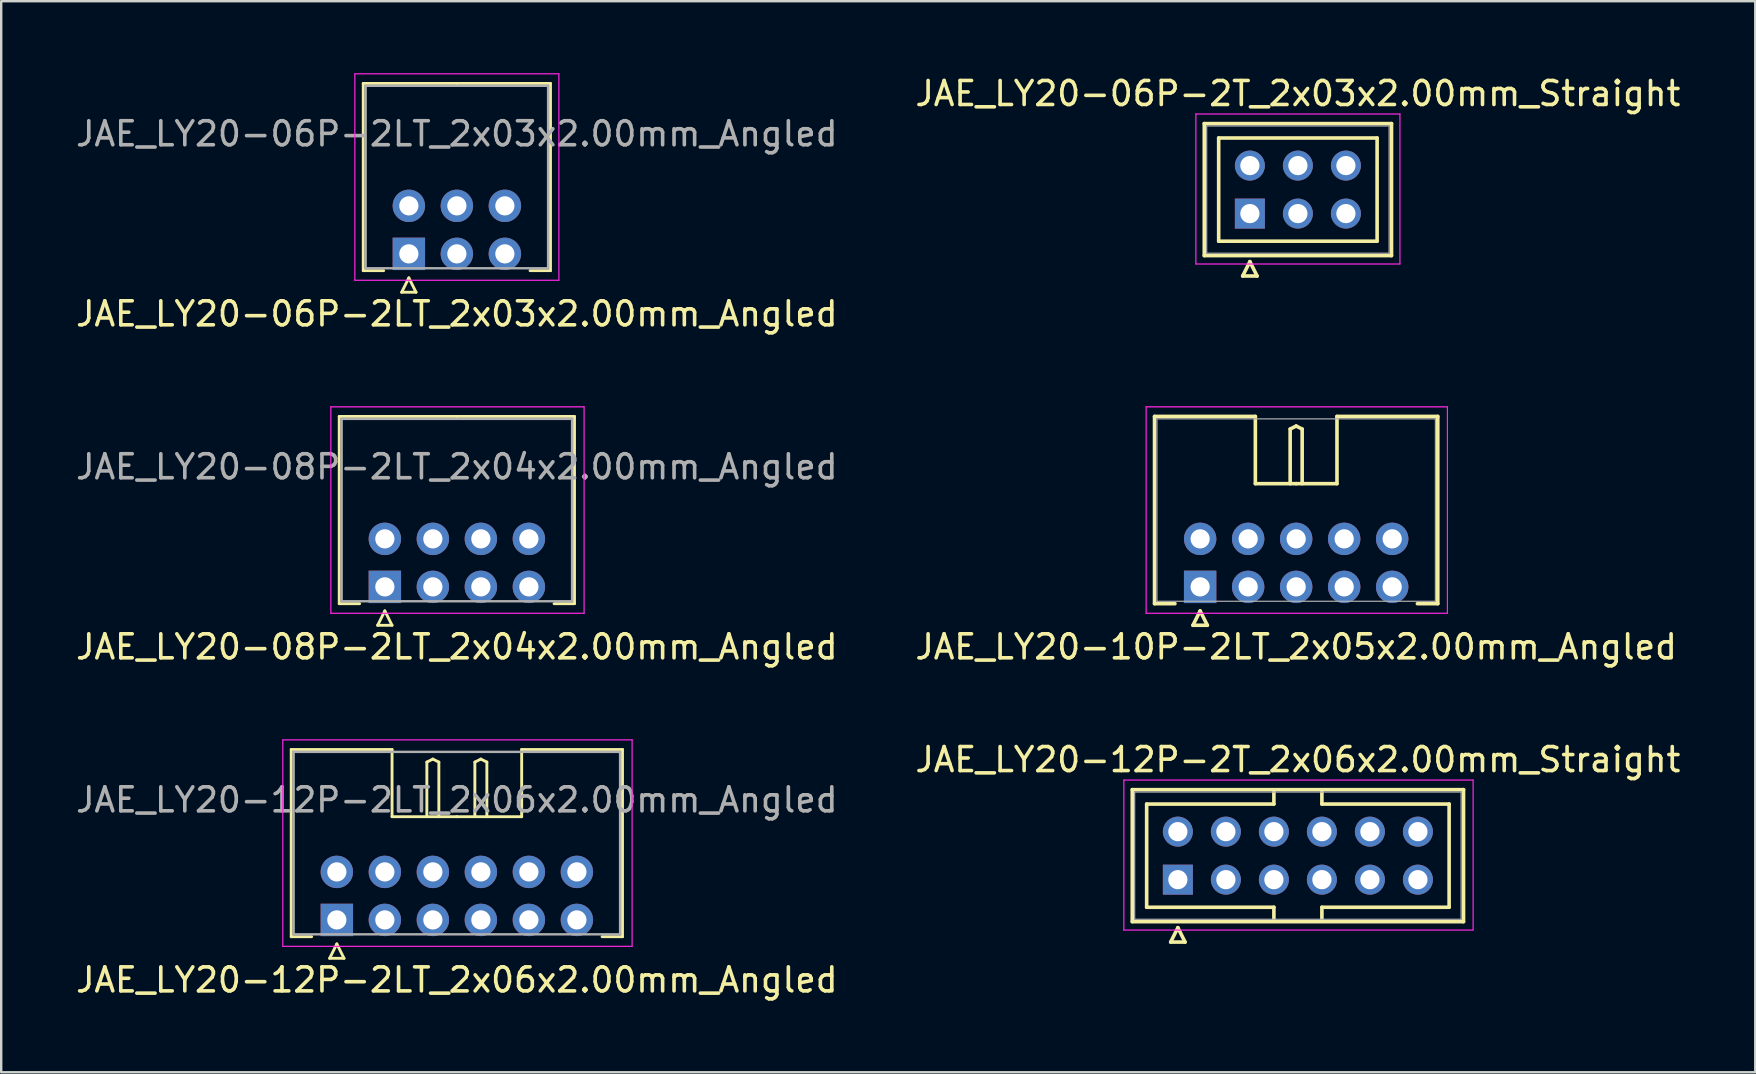
<source format=kicad_pcb>
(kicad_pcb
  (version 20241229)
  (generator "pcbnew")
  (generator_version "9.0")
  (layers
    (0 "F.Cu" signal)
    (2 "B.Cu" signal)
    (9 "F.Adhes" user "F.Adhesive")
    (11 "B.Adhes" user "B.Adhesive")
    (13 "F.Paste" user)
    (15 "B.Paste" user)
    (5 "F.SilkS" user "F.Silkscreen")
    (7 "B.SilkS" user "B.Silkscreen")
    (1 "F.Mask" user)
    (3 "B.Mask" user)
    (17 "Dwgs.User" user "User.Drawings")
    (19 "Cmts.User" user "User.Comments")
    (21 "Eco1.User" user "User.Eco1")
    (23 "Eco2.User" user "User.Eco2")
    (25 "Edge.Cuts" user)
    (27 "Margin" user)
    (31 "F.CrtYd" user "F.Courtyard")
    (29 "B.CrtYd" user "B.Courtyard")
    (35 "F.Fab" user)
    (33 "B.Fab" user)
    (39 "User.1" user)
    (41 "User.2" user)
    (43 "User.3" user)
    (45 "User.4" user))
  (footprint "JAE_LY20-06P-2LT_2x03x2.00mm_Angled"
    (layer "F.Cu")
    (at 13.982 7.525)
    (property "Reference" "JAE_LY20-06P-2LT_2x03x2.00mm_Angled" (at 2 2.5 0) (layer "F.SilkS") (effects (font (size 1 1) (thickness 0.15))))
    (attr through_hole)
    (fp_line (start -1.9 -7.1) (end 2 -7.1) (stroke (width 0.12) (type solid)) (layer "F.SilkS"))
    (fp_line (start -1.9 0.7) (end -1.9 -7.1) (stroke (width 0.12) (type solid)) (layer "F.SilkS"))
    (fp_line (start -1.05 0.7) (end -1.9 0.7) (stroke (width 0.12) (type solid)) (layer "F.SilkS"))
    (fp_line (start -0.3 1.6) (end 0.3 1.6) (stroke (width 0.12) (type solid)) (layer "F.SilkS"))
    (fp_line (start 0 1) (end -0.3 1.6) (stroke (width 0.12) (type solid)) (layer "F.SilkS"))
    (fp_line (start 0.3 1.6) (end 0 1) (stroke (width 0.12) (type solid)) (layer "F.SilkS"))
    (fp_line (start 5.05 0.7) (end 5.9 0.7) (stroke (width 0.12) (type solid)) (layer "F.SilkS"))
    (fp_line (start 5.9 -7.1) (end 2 -7.1) (stroke (width 0.12) (type solid)) (layer "F.SilkS"))
    (fp_line (start 5.9 0.7) (end 5.9 -7.1) (stroke (width 0.12) (type solid)) (layer "F.SilkS"))
    (fp_line (start -2.25 -7.5) (end -2.25 1.1) (stroke (width 0.05) (type solid)) (layer "F.CrtYd"))
    (fp_line (start -2.25 1.1) (end 6.25 1.1) (stroke (width 0.05) (type solid)) (layer "F.CrtYd"))
    (fp_line (start 6.25 -7.5) (end -2.25 -7.5) (stroke (width 0.05) (type solid)) (layer "F.CrtYd"))
    (fp_line (start 6.25 1.1) (end 6.25 -7.5) (stroke (width 0.05) (type solid)) (layer "F.CrtYd"))
    (fp_line (start -1.8 -7) (end -1.8 0.6) (stroke (width 0.1) (type solid)) (layer "F.Fab"))
    (fp_line (start -1.8 0.6) (end 5.8 0.6) (stroke (width 0.1) (type solid)) (layer "F.Fab"))
    (fp_line (start 5.8 -7) (end -1.8 -7) (stroke (width 0.1) (type solid)) (layer "F.Fab"))
    (fp_line (start 5.8 0.6) (end 5.8 -7) (stroke (width 0.1) (type solid)) (layer "F.Fab"))
    (fp_text user "${REFERENCE}" (at 2 -5 0) (layer "F.Fab") (effects (font (size 1 1) (thickness 0.15))))
    (pad "1" thru_hole rect (at 0 0) (size 1.35 1.35) (drill 0.8) (layers "*.Cu" "*.Mask"))
    (pad "2" thru_hole circle (at 2 0) (size 1.35 1.35) (drill 0.8) (layers "*.Cu" "*.Mask"))
    (pad "3" thru_hole circle (at 4 0) (size 1.35 1.35) (drill 0.8) (layers "*.Cu" "*.Mask"))
    (pad "4" thru_hole circle (at 0 -2) (size 1.35 1.35) (drill 0.8) (layers "*.Cu" "*.Mask"))
    (pad "5" thru_hole circle (at 2 -2) (size 1.35 1.35) (drill 0.8) (layers "*.Cu" "*.Mask"))
    (pad "6" thru_hole circle (at 4 -2) (size 1.35 1.35) (drill 0.8) (layers "*.Cu" "*.Mask")))
  (footprint "JAE_LY20-10P-2LT_2x05x2.00mm_Angled"
    (layer "F.Cu")
    (at 46.946 21.398)
    (property "Reference" "JAE_LY20-10P-2LT_2x05x2.00mm_Angled" (at 4 2.5 0) (layer "F.SilkS") (effects (font (size 1 1) (thickness 0.15))))
    (attr through_hole)
    (fp_line (start -1.9 -7.1) (end 2.3 -7.1) (stroke (width 0.15) (type solid)) (layer "F.SilkS"))
    (fp_line (start -1.9 0.7) (end -1.9 -7.1) (stroke (width 0.15) (type solid)) (layer "F.SilkS"))
    (fp_line (start -1.05 0.7) (end -1.9 0.7) (stroke (width 0.15) (type solid)) (layer "F.SilkS"))
    (fp_line (start -0.3 1.6) (end 0.3 1.6) (stroke (width 0.15) (type solid)) (layer "F.SilkS"))
    (fp_line (start 0 1) (end -0.3 1.6) (stroke (width 0.15) (type solid)) (layer "F.SilkS"))
    (fp_line (start 0.3 1.6) (end 0 1) (stroke (width 0.15) (type solid)) (layer "F.SilkS"))
    (fp_line (start 2.3 -7.1) (end 2.3 -4.3) (stroke (width 0.15) (type solid)) (layer "F.SilkS"))
    (fp_line (start 2.3 -4.3) (end 4 -4.3) (stroke (width 0.15) (type solid)) (layer "F.SilkS"))
    (fp_line (start 3.75 -6.575) (end 4 -6.7) (stroke (width 0.15) (type solid)) (layer "F.SilkS"))
    (fp_line (start 3.75 -4.3) (end 3.75 -6.575) (stroke (width 0.15) (type solid)) (layer "F.SilkS"))
    (fp_line (start 4 -6.7) (end 4.25 -6.575) (stroke (width 0.15) (type solid)) (layer "F.SilkS"))
    (fp_line (start 4.25 -6.575) (end 4.25 -4.3) (stroke (width 0.15) (type solid)) (layer "F.SilkS"))
    (fp_line (start 5.7 -7.1) (end 5.7 -4.3) (stroke (width 0.15) (type solid)) (layer "F.SilkS"))
    (fp_line (start 5.7 -4.3) (end 4 -4.3) (stroke (width 0.15) (type solid)) (layer "F.SilkS"))
    (fp_line (start 9.05 0.7) (end 9.9 0.7) (stroke (width 0.15) (type solid)) (layer "F.SilkS"))
    (fp_line (start 9.9 -7.1) (end 5.7 -7.1) (stroke (width 0.15) (type solid)) (layer "F.SilkS"))
    (fp_line (start 9.9 0.7) (end 9.9 -7.1) (stroke (width 0.15) (type solid)) (layer "F.SilkS"))
    (fp_line (start -2.25 -7.5) (end -2.25 1.1) (stroke (width 0.05) (type solid)) (layer "F.CrtYd"))
    (fp_line (start -2.25 1.1) (end 10.3 1.1) (stroke (width 0.05) (type solid)) (layer "F.CrtYd"))
    (fp_line (start 10.3 -7.5) (end -2.25 -7.5) (stroke (width 0.05) (type solid)) (layer "F.CrtYd"))
    (fp_line (start 10.3 1.1) (end 10.3 -7.5) (stroke (width 0.05) (type solid)) (layer "F.CrtYd"))
    (fp_line (start -1.8 -7) (end -1.8 0.6) (stroke (width 0.05) (type solid)) (layer "F.Fab"))
    (fp_line (start -1.8 0.6) (end 9.8 0.6) (stroke (width 0.05) (type solid)) (layer "F.Fab"))
    (fp_line (start 9.8 -7) (end -1.8 -7) (stroke (width 0.05) (type solid)) (layer "F.Fab"))
    (fp_line (start 9.8 0.6) (end 9.8 -7) (stroke (width 0.05) (type solid)) (layer "F.Fab"))
    (pad "1" thru_hole rect (at 0 0) (size 1.35 1.35) (drill 0.8) (layers "*.Cu" "*.Mask"))
    (pad "2" thru_hole circle (at 2 0) (size 1.35 1.35) (drill 0.8) (layers "*.Cu" "*.Mask"))
    (pad "3" thru_hole circle (at 4 0) (size 1.35 1.35) (drill 0.8) (layers "*.Cu" "*.Mask"))
    (pad "4" thru_hole circle (at 6 0) (size 1.35 1.35) (drill 0.8) (layers "*.Cu" "*.Mask"))
    (pad "5" thru_hole circle (at 8 0) (size 1.35 1.35) (drill 0.8) (layers "*.Cu" "*.Mask"))
    (pad "6" thru_hole circle (at 0 -2) (size 1.35 1.35) (drill 0.8) (layers "*.Cu" "*.Mask"))
    (pad "7" thru_hole circle (at 2 -2) (size 1.35 1.35) (drill 0.8) (layers "*.Cu" "*.Mask"))
    (pad "8" thru_hole circle (at 4 -2) (size 1.35 1.35) (drill 0.8) (layers "*.Cu" "*.Mask"))
    (pad "9" thru_hole circle (at 6 -2) (size 1.35 1.35) (drill 0.8) (layers "*.Cu" "*.Mask"))
    (pad "10" thru_hole circle (at 8 -2) (size 1.35 1.35) (drill 0.8) (layers "*.Cu" "*.Mask")))
  (footprint "JAE_LY20-06P-2T_2x03x2.00mm_Straight"
    (layer "F.Cu")
    (at 49.018 5.848)
    (property "Reference" "JAE_LY20-06P-2T_2x03x2.00mm_Straight" (at 2 -5 0) (layer "F.SilkS") (effects (font (size 1 1) (thickness 0.15))))
    (attr through_hole)
    (fp_line (start -1.9 -3.75) (end -1.9 1.75) (stroke (width 0.15) (type solid)) (layer "F.SilkS"))
    (fp_line (start -1.9 1.75) (end 5.9 1.75) (stroke (width 0.15) (type solid)) (layer "F.SilkS"))
    (fp_line (start -1.3 -3.15) (end -1.3 1.15) (stroke (width 0.15) (type solid)) (layer "F.SilkS"))
    (fp_line (start -1.3 1.15) (end 5.3 1.15) (stroke (width 0.15) (type solid)) (layer "F.SilkS"))
    (fp_line (start -0.3 2.6) (end 0.3 2.6) (stroke (width 0.15) (type solid)) (layer "F.SilkS"))
    (fp_line (start 0 2) (end -0.3 2.6) (stroke (width 0.15) (type solid)) (layer "F.SilkS"))
    (fp_line (start 0.3 2.6) (end 0 2) (stroke (width 0.15) (type solid)) (layer "F.SilkS"))
    (fp_line (start 5.3 -3.15) (end -1.3 -3.15) (stroke (width 0.15) (type solid)) (layer "F.SilkS"))
    (fp_line (start 5.3 1.15) (end 5.3 -3.15) (stroke (width 0.15) (type solid)) (layer "F.SilkS"))
    (fp_line (start 5.9 -3.75) (end -1.9 -3.75) (stroke (width 0.15) (type solid)) (layer "F.SilkS"))
    (fp_line (start 5.9 1.75) (end 5.9 -3.75) (stroke (width 0.15) (type solid)) (layer "F.SilkS"))
    (fp_line (start -2.25 -4.15) (end -2.25 2.1) (stroke (width 0.05) (type solid)) (layer "F.CrtYd"))
    (fp_line (start -2.25 2.1) (end 6.25 2.1) (stroke (width 0.05) (type solid)) (layer "F.CrtYd"))
    (fp_line (start 6.25 -4.15) (end -2.25 -4.15) (stroke (width 0.05) (type solid)) (layer "F.CrtYd"))
    (fp_line (start 6.25 2.1) (end 6.25 -4.15) (stroke (width 0.05) (type solid)) (layer "F.CrtYd"))
    (fp_line (start -1.8 -3.65) (end -1.8 1.65) (stroke (width 0.05) (type solid)) (layer "F.Fab"))
    (fp_line (start -1.8 1.65) (end 5.8 1.65) (stroke (width 0.05) (type solid)) (layer "F.Fab"))
    (fp_line (start 5.8 -3.65) (end -1.8 -3.65) (stroke (width 0.05) (type solid)) (layer "F.Fab"))
    (fp_line (start 5.8 1.65) (end 5.8 -3.65) (stroke (width 0.05) (type solid)) (layer "F.Fab"))
    (pad "1" thru_hole rect (at 0 0) (size 1.25 1.25) (drill 0.8) (layers "*.Cu" "*.Mask"))
    (pad "2" thru_hole circle (at 2 0) (size 1.25 1.25) (drill 0.8) (layers "*.Cu" "*.Mask"))
    (pad "3" thru_hole circle (at 4 0) (size 1.25 1.25) (drill 0.8) (layers "*.Cu" "*.Mask"))
    (pad "4" thru_hole circle (at 0 -2) (size 1.25 1.25) (drill 0.8) (layers "*.Cu" "*.Mask"))
    (pad "5" thru_hole circle (at 2 -2) (size 1.25 1.25) (drill 0.8) (layers "*.Cu" "*.Mask"))
    (pad "6" thru_hole circle (at 4 -2) (size 1.25 1.25) (drill 0.8) (layers "*.Cu" "*.Mask")))
  (footprint "JAE_LY20-12P-2LT_2x06x2.00mm_Angled"
    (layer "F.Cu")
    (at 10.982 35.272)
    (property "Reference" "JAE_LY20-12P-2LT_2x06x2.00mm_Angled" (at 5 2.5 0) (layer "F.SilkS") (effects (font (size 1 1) (thickness 0.15))))
    (attr through_hole)
    (fp_line (start -1.9 -7.1) (end 2.3 -7.1) (stroke (width 0.12) (type solid)) (layer "F.SilkS"))
    (fp_line (start -1.9 0.7) (end -1.9 -7.1) (stroke (width 0.12) (type solid)) (layer "F.SilkS"))
    (fp_line (start -1.05 0.7) (end -1.9 0.7) (stroke (width 0.12) (type solid)) (layer "F.SilkS"))
    (fp_line (start -0.3 1.6) (end 0.3 1.6) (stroke (width 0.12) (type solid)) (layer "F.SilkS"))
    (fp_line (start 0 1) (end -0.3 1.6) (stroke (width 0.12) (type solid)) (layer "F.SilkS"))
    (fp_line (start 0.3 1.6) (end 0 1) (stroke (width 0.12) (type solid)) (layer "F.SilkS"))
    (fp_line (start 2.3 -7.1) (end 2.3 -4.3) (stroke (width 0.12) (type solid)) (layer "F.SilkS"))
    (fp_line (start 2.3 -4.3) (end 5 -4.3) (stroke (width 0.12) (type solid)) (layer "F.SilkS"))
    (fp_line (start 3.75 -6.575) (end 4 -6.7) (stroke (width 0.12) (type solid)) (layer "F.SilkS"))
    (fp_line (start 3.75 -4.3) (end 3.75 -6.575) (stroke (width 0.12) (type solid)) (layer "F.SilkS"))
    (fp_line (start 4 -6.7) (end 4.25 -6.575) (stroke (width 0.12) (type solid)) (layer "F.SilkS"))
    (fp_line (start 4.25 -6.575) (end 4.25 -4.3) (stroke (width 0.12) (type solid)) (layer "F.SilkS"))
    (fp_line (start 5.75 -6.575) (end 6 -6.7) (stroke (width 0.12) (type solid)) (layer "F.SilkS"))
    (fp_line (start 5.75 -4.3) (end 5.75 -6.575) (stroke (width 0.12) (type solid)) (layer "F.SilkS"))
    (fp_line (start 6 -6.7) (end 6.25 -6.575) (stroke (width 0.12) (type solid)) (layer "F.SilkS"))
    (fp_line (start 6.25 -6.575) (end 6.25 -4.3) (stroke (width 0.12) (type solid)) (layer "F.SilkS"))
    (fp_line (start 7.7 -7.1) (end 7.7 -4.3) (stroke (width 0.12) (type solid)) (layer "F.SilkS"))
    (fp_line (start 7.7 -4.3) (end 5 -4.3) (stroke (width 0.12) (type solid)) (layer "F.SilkS"))
    (fp_line (start 11.05 0.7) (end 11.9 0.7) (stroke (width 0.12) (type solid)) (layer "F.SilkS"))
    (fp_line (start 11.9 -7.1) (end 7.7 -7.1) (stroke (width 0.12) (type solid)) (layer "F.SilkS"))
    (fp_line (start 11.9 0.7) (end 11.9 -7.1) (stroke (width 0.12) (type solid)) (layer "F.SilkS"))
    (fp_line (start -2.25 -7.5) (end -2.25 1.1) (stroke (width 0.05) (type solid)) (layer "F.CrtYd"))
    (fp_line (start -2.25 1.1) (end 12.3 1.1) (stroke (width 0.05) (type solid)) (layer "F.CrtYd"))
    (fp_line (start 12.3 -7.5) (end -2.25 -7.5) (stroke (width 0.05) (type solid)) (layer "F.CrtYd"))
    (fp_line (start 12.3 1.1) (end 12.3 -7.5) (stroke (width 0.05) (type solid)) (layer "F.CrtYd"))
    (fp_line (start -1.8 -7) (end -1.8 0.6) (stroke (width 0.1) (type solid)) (layer "F.Fab"))
    (fp_line (start -1.8 0.6) (end 11.8 0.6) (stroke (width 0.1) (type solid)) (layer "F.Fab"))
    (fp_line (start 11.8 -7) (end -1.8 -7) (stroke (width 0.1) (type solid)) (layer "F.Fab"))
    (fp_line (start 11.8 0.6) (end 11.8 -7) (stroke (width 0.1) (type solid)) (layer "F.Fab"))
    (fp_text user "${REFERENCE}" (at 5 -5 0) (layer "F.Fab") (effects (font (size 1 1) (thickness 0.15))))
    (pad "1" thru_hole rect (at 0 0) (size 1.35 1.35) (drill 0.8) (layers "*.Cu" "*.Mask"))
    (pad "2" thru_hole circle (at 2 0) (size 1.35 1.35) (drill 0.8) (layers "*.Cu" "*.Mask"))
    (pad "3" thru_hole circle (at 4 0) (size 1.35 1.35) (drill 0.8) (layers "*.Cu" "*.Mask"))
    (pad "4" thru_hole circle (at 6 0) (size 1.35 1.35) (drill 0.8) (layers "*.Cu" "*.Mask"))
    (pad "5" thru_hole circle (at 8 0) (size 1.35 1.35) (drill 0.8) (layers "*.Cu" "*.Mask"))
    (pad "6" thru_hole circle (at 10 0) (size 1.35 1.35) (drill 0.8) (layers "*.Cu" "*.Mask"))
    (pad "7" thru_hole circle (at 0 -2) (size 1.35 1.35) (drill 0.8) (layers "*.Cu" "*.Mask"))
    (pad "8" thru_hole circle (at 2 -2) (size 1.35 1.35) (drill 0.8) (layers "*.Cu" "*.Mask"))
    (pad "9" thru_hole circle (at 4 -2) (size 1.35 1.35) (drill 0.8) (layers "*.Cu" "*.Mask"))
    (pad "10" thru_hole circle (at 6 -2) (size 1.35 1.35) (drill 0.8) (layers "*.Cu" "*.Mask"))
    (pad "11" thru_hole circle (at 8 -2) (size 1.35 1.35) (drill 0.8) (layers "*.Cu" "*.Mask"))
    (pad "12" thru_hole circle (at 10 -2) (size 1.35 1.35) (drill 0.8) (layers "*.Cu" "*.Mask")))
  (footprint "JAE_LY20-12P-2T_2x06x2.00mm_Straight"
    (layer "F.Cu")
    (at 46.018 33.595)
    (property "Reference" "JAE_LY20-12P-2T_2x06x2.00mm_Straight" (at 5 -5 0) (layer "F.SilkS") (effects (font (size 1 1) (thickness 0.15))))
    (attr through_hole)
    (fp_line (start -1.9 -3.75) (end -1.9 1.75) (stroke (width 0.15) (type solid)) (layer "F.SilkS"))
    (fp_line (start -1.9 1.75) (end 11.9 1.75) (stroke (width 0.15) (type solid)) (layer "F.SilkS"))
    (fp_line (start -1.3 -3.15) (end 4 -3.15) (stroke (width 0.15) (type solid)) (layer "F.SilkS"))
    (fp_line (start -1.3 1.15) (end -1.3 -3.15) (stroke (width 0.15) (type solid)) (layer "F.SilkS"))
    (fp_line (start -0.3 2.6) (end 0.3 2.6) (stroke (width 0.15) (type solid)) (layer "F.SilkS"))
    (fp_line (start 0 2) (end -0.3 2.6) (stroke (width 0.15) (type solid)) (layer "F.SilkS"))
    (fp_line (start 0.3 2.6) (end 0 2) (stroke (width 0.15) (type solid)) (layer "F.SilkS"))
    (fp_line (start 4 -3.15) (end 4 -3.65) (stroke (width 0.15) (type solid)) (layer "F.SilkS"))
    (fp_line (start 4 1.15) (end -1.3 1.15) (stroke (width 0.15) (type solid)) (layer "F.SilkS"))
    (fp_line (start 4 1.65) (end 4 1.15) (stroke (width 0.15) (type solid)) (layer "F.SilkS"))
    (fp_line (start 6 -3.15) (end 6 -3.65) (stroke (width 0.15) (type solid)) (layer "F.SilkS"))
    (fp_line (start 6 1.15) (end 11.3 1.15) (stroke (width 0.15) (type solid)) (layer "F.SilkS"))
    (fp_line (start 6 1.65) (end 6 1.15) (stroke (width 0.15) (type solid)) (layer "F.SilkS"))
    (fp_line (start 11.3 -3.15) (end 6 -3.15) (stroke (width 0.15) (type solid)) (layer "F.SilkS"))
    (fp_line (start 11.3 1.15) (end 11.3 -3.15) (stroke (width 0.15) (type solid)) (layer "F.SilkS"))
    (fp_line (start 11.9 -3.75) (end -1.9 -3.75) (stroke (width 0.15) (type solid)) (layer "F.SilkS"))
    (fp_line (start 11.9 1.75) (end 11.9 -3.75) (stroke (width 0.15) (type solid)) (layer "F.SilkS"))
    (fp_line (start -2.25 -4.15) (end -2.25 2.1) (stroke (width 0.05) (type solid)) (layer "F.CrtYd"))
    (fp_line (start -2.25 2.1) (end 12.3 2.1) (stroke (width 0.05) (type solid)) (layer "F.CrtYd"))
    (fp_line (start 12.3 -4.15) (end -2.25 -4.15) (stroke (width 0.05) (type solid)) (layer "F.CrtYd"))
    (fp_line (start 12.3 2.1) (end 12.3 -4.15) (stroke (width 0.05) (type solid)) (layer "F.CrtYd"))
    (fp_line (start -1.8 -3.65) (end -1.8 1.65) (stroke (width 0.05) (type solid)) (layer "F.Fab"))
    (fp_line (start -1.8 1.65) (end 11.8 1.65) (stroke (width 0.05) (type solid)) (layer "F.Fab"))
    (fp_line (start 11.8 -3.65) (end -1.8 -3.65) (stroke (width 0.05) (type solid)) (layer "F.Fab"))
    (fp_line (start 11.8 1.65) (end 11.8 -3.65) (stroke (width 0.05) (type solid)) (layer "F.Fab"))
    (pad "1" thru_hole rect (at 0 0) (size 1.25 1.25) (drill 0.8) (layers "*.Cu" "*.Mask"))
    (pad "2" thru_hole circle (at 2 0) (size 1.25 1.25) (drill 0.8) (layers "*.Cu" "*.Mask"))
    (pad "3" thru_hole circle (at 4 0) (size 1.25 1.25) (drill 0.8) (layers "*.Cu" "*.Mask"))
    (pad "4" thru_hole circle (at 6 0) (size 1.25 1.25) (drill 0.8) (layers "*.Cu" "*.Mask"))
    (pad "5" thru_hole circle (at 8 0) (size 1.25 1.25) (drill 0.8) (layers "*.Cu" "*.Mask"))
    (pad "6" thru_hole circle (at 10 0) (size 1.25 1.25) (drill 0.8) (layers "*.Cu" "*.Mask"))
    (pad "7" thru_hole circle (at 0 -2) (size 1.25 1.25) (drill 0.8) (layers "*.Cu" "*.Mask"))
    (pad "8" thru_hole circle (at 2 -2) (size 1.25 1.25) (drill 0.8) (layers "*.Cu" "*.Mask"))
    (pad "9" thru_hole circle (at 4 -2) (size 1.25 1.25) (drill 0.8) (layers "*.Cu" "*.Mask"))
    (pad "10" thru_hole circle (at 6 -2) (size 1.25 1.25) (drill 0.8) (layers "*.Cu" "*.Mask"))
    (pad "11" thru_hole circle (at 8 -2) (size 1.25 1.25) (drill 0.8) (layers "*.Cu" "*.Mask"))
    (pad "12" thru_hole circle (at 10 -2) (size 1.25 1.25) (drill 0.8) (layers "*.Cu" "*.Mask")))
  (footprint "JAE_LY20-08P-2LT_2x04x2.00mm_Angled"
    (layer "F.Cu")
    (at 12.982 21.398)
    (property "Reference" "JAE_LY20-08P-2LT_2x04x2.00mm_Angled" (at 3 2.5 0) (layer "F.SilkS") (effects (font (size 1 1) (thickness 0.15))))
    (attr through_hole)
    (fp_line (start -1.9 -7.1) (end 3 -7.1) (stroke (width 0.12) (type solid)) (layer "F.SilkS"))
    (fp_line (start -1.9 0.7) (end -1.9 -7.1) (stroke (width 0.12) (type solid)) (layer "F.SilkS"))
    (fp_line (start -1.05 0.7) (end -1.9 0.7) (stroke (width 0.12) (type solid)) (layer "F.SilkS"))
    (fp_line (start -0.3 1.6) (end 0.3 1.6) (stroke (width 0.12) (type solid)) (layer "F.SilkS"))
    (fp_line (start 0 1) (end -0.3 1.6) (stroke (width 0.12) (type solid)) (layer "F.SilkS"))
    (fp_line (start 0.3 1.6) (end 0 1) (stroke (width 0.12) (type solid)) (layer "F.SilkS"))
    (fp_line (start 7.05 0.7) (end 7.9 0.7) (stroke (width 0.12) (type solid)) (layer "F.SilkS"))
    (fp_line (start 7.9 -7.1) (end 3 -7.1) (stroke (width 0.12) (type solid)) (layer "F.SilkS"))
    (fp_line (start 7.9 0.7) (end 7.9 -7.1) (stroke (width 0.12) (type solid)) (layer "F.SilkS"))
    (fp_line (start -2.25 -7.5) (end -2.25 1.1) (stroke (width 0.05) (type solid)) (layer "F.CrtYd"))
    (fp_line (start -2.25 1.1) (end 8.3 1.1) (stroke (width 0.05) (type solid)) (layer "F.CrtYd"))
    (fp_line (start 8.3 -7.5) (end -2.25 -7.5) (stroke (width 0.05) (type solid)) (layer "F.CrtYd"))
    (fp_line (start 8.3 1.1) (end 8.3 -7.5) (stroke (width 0.05) (type solid)) (layer "F.CrtYd"))
    (fp_line (start -1.8 -7) (end -1.8 0.6) (stroke (width 0.1) (type solid)) (layer "F.Fab"))
    (fp_line (start -1.8 0.6) (end 7.8 0.6) (stroke (width 0.1) (type solid)) (layer "F.Fab"))
    (fp_line (start 7.8 -7) (end -1.8 -7) (stroke (width 0.1) (type solid)) (layer "F.Fab"))
    (fp_line (start 7.8 0.6) (end 7.8 -7) (stroke (width 0.1) (type solid)) (layer "F.Fab"))
    (fp_text user "${REFERENCE}" (at 3 -5 0) (layer "F.Fab") (effects (font (size 1 1) (thickness 0.15))))
    (pad "1" thru_hole rect (at 0 0) (size 1.35 1.35) (drill 0.8) (layers "*.Cu" "*.Mask"))
    (pad "2" thru_hole circle (at 2 0) (size 1.35 1.35) (drill 0.8) (layers "*.Cu" "*.Mask"))
    (pad "3" thru_hole circle (at 4 0) (size 1.35 1.35) (drill 0.8) (layers "*.Cu" "*.Mask"))
    (pad "4" thru_hole circle (at 6 0) (size 1.35 1.35) (drill 0.8) (layers "*.Cu" "*.Mask"))
    (pad "5" thru_hole circle (at 0 -2) (size 1.35 1.35) (drill 0.8) (layers "*.Cu" "*.Mask"))
    (pad "6" thru_hole circle (at 2 -2) (size 1.35 1.35) (drill 0.8) (layers "*.Cu" "*.Mask"))
    (pad "7" thru_hole circle (at 4 -2) (size 1.35 1.35) (drill 0.8) (layers "*.Cu" "*.Mask"))
    (pad "8" thru_hole circle (at 6 -2) (size 1.35 1.35) (drill 0.8) (layers "*.Cu" "*.Mask")))
  (gr_rect
    (start -3 -3)
    (end 70.071 41.62)
    (stroke (width 0.1) (type default))
    (fill no)
    (layer "Edge.Cuts")))
</source>
